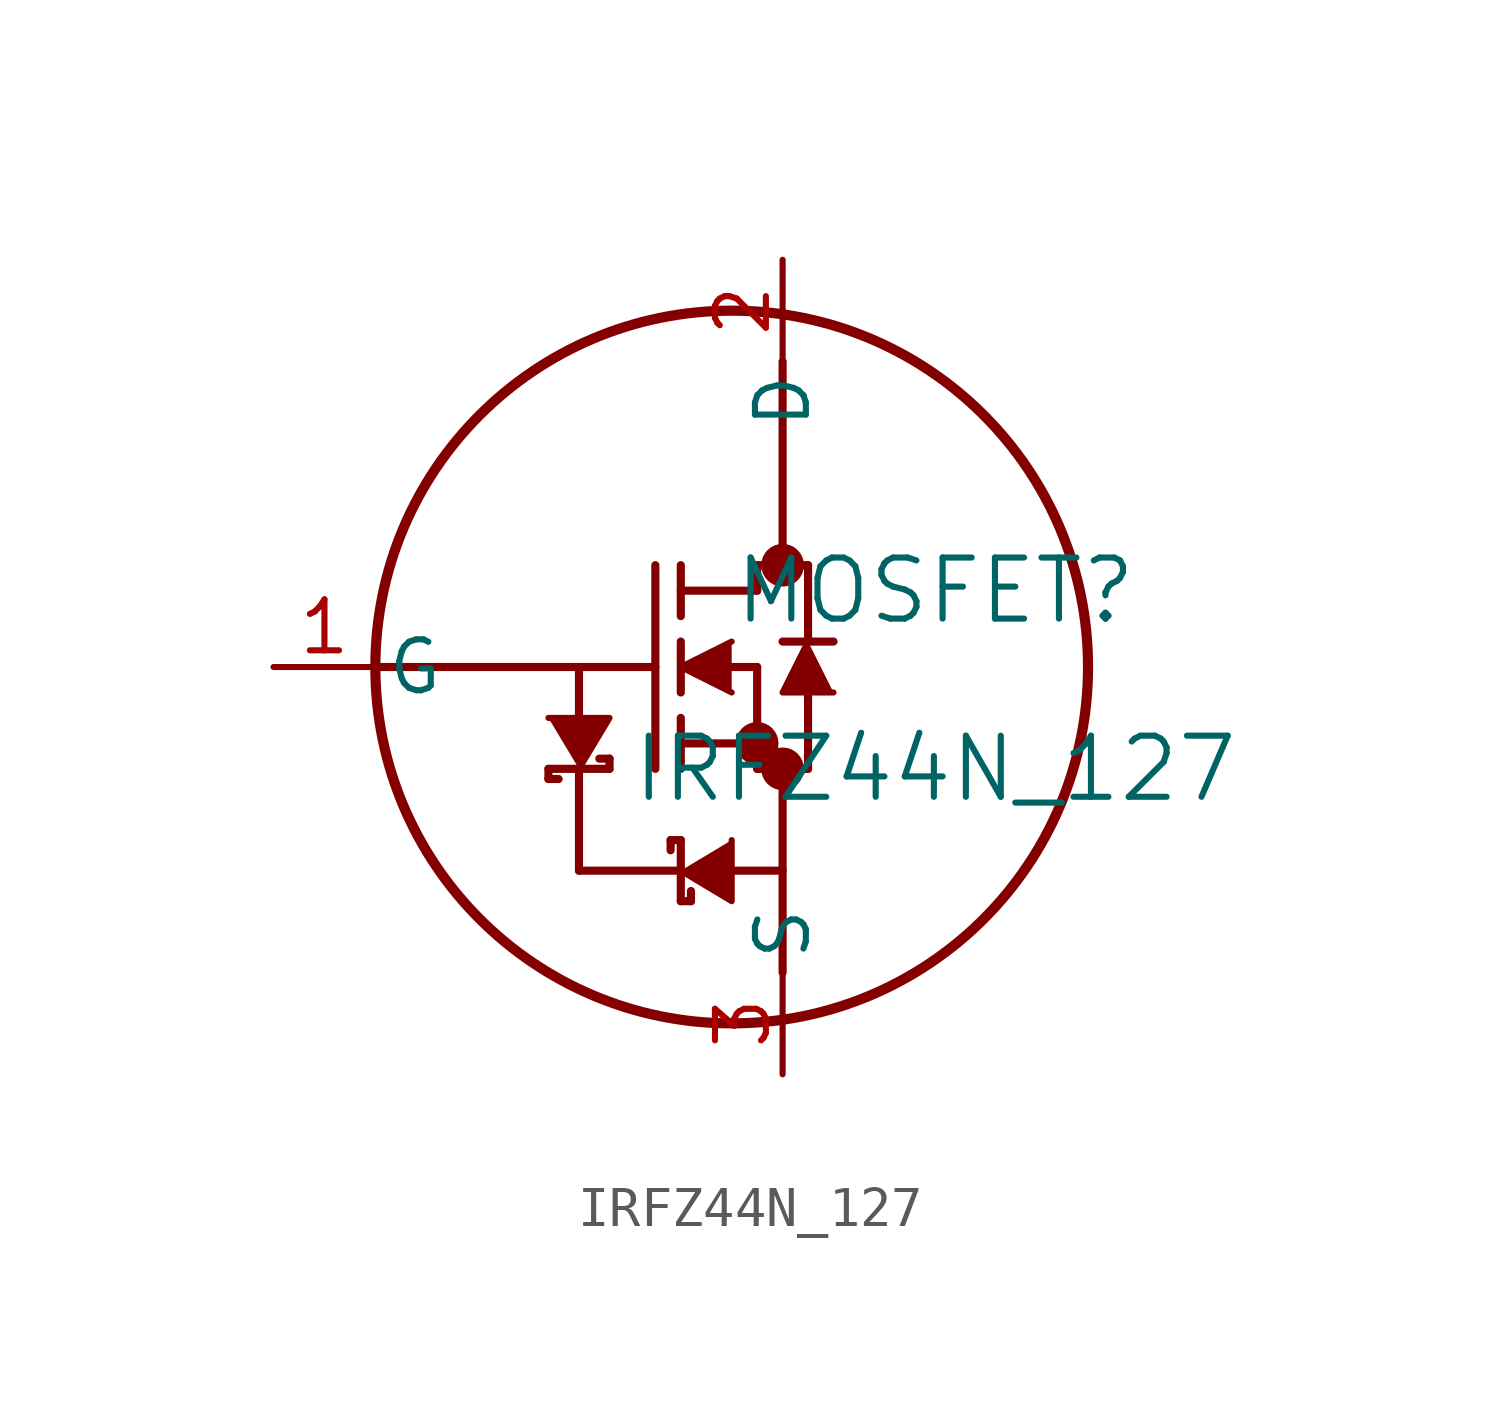
<source format=kicad_sym>
(kicad_symbol_lib
  (version 20211014)
  (generator kicad_symbol_editor)
  (symbol "IRFZ44N_127"
    (pin_names
      (offset 0.254))
    (property "Reference" "MOSFET"
      (at 16.51 1.905 0)
      (effects (font (size 1.524 1.524))))
    (property "Value" "IRFZ44N_127"
      (at 16.51 -2.54 0)
      (effects (font (size 1.524 1.524))))
    (symbol "IRFZ44N_127_0_1"
      (circle (center 12.7 2.54) (radius 0.025) (stroke (width 0.508) (type default) (color 0 0 0 0)) (fill (type none)))
      (circle (center 12.7 -2.54) (radius 0.025) (stroke (width 0.508) (type default) (color 0 0 0 0)) (fill (type none)))
      (circle (center 12.065 -1.905) (radius 0.025) (stroke (width 0.508) (type default) (color 0 0 0 0)) (fill (type none)))
      (circle (center 11.43 0) (radius 8.89) (stroke (width 0.254) (type default) (color 0 0 0 0)) (fill (type none)))
      (polyline (pts (xy 2.54 0) (xy 9.525 0)) (stroke (width 0.203) (type default) (color 0 0 0 0)) (fill (type none)))
      (polyline (pts (xy 9.525 -2.54) (xy 9.525 2.54)) (stroke (width 0.203) (type default) (color 0 0 0 0)) (fill (type none)))
      (polyline (pts (xy 10.16 -0.635) (xy 10.16 0.635)) (stroke (width 0.203) (type default) (color 0 0 0 0)) (fill (type none)))
      (polyline (pts (xy 10.16 -2.54) (xy 10.16 -1.27)) (stroke (width 0.203) (type default) (color 0 0 0 0)) (fill (type none)))
      (polyline (pts (xy 10.16 1.27) (xy 10.16 2.54)) (stroke (width 0.203) (type default) (color 0 0 0 0)) (fill (type none)))
      (polyline (pts (xy 11.43 0) (xy 12.065 0)) (stroke (width 0.203) (type default) (color 0 0 0 0)) (fill (type none)))
      (polyline (pts (xy 10.16 -1.905) (xy 12.065 -1.905)) (stroke (width 0.203) (type default) (color 0 0 0 0)) (fill (type none)))
      (polyline (pts (xy 12.7 -7.62) (xy 12.7 -2.54)) (stroke (width 0.203) (type default) (color 0 0 0 0)) (fill (type none)))
      (polyline (pts (xy 12.065 -2.54) (xy 13.335 -2.54)) (stroke (width 0.203) (type default) (color 0 0 0 0)) (fill (type none)))
      (polyline (pts (xy 10.16 1.905) (xy 12.065 1.905)) (stroke (width 0.203) (type default) (color 0 0 0 0)) (fill (type none)))
      (polyline (pts (xy 13.335 0.635) (xy 13.335 2.54)) (stroke (width 0.203) (type default) (color 0 0 0 0)) (fill (type none)))
      (polyline (pts (xy 13.335 -2.54) (xy 13.335 -0.635)) (stroke (width 0.203) (type default) (color 0 0 0 0)) (fill (type none)))
      (polyline (pts (xy 13.97 0.635) (xy 12.7 0.635)) (stroke (width 0.203) (type default) (color 0 0 0 0)) (fill (type none)))
      (polyline (pts (xy 12.065 2.54) (xy 13.335 2.54)) (stroke (width 0.203) (type default) (color 0 0 0 0)) (fill (type none)))
      (polyline (pts (xy 12.065 1.905) (xy 12.065 2.54)) (stroke (width 0.203) (type default) (color 0 0 0 0)) (fill (type none)))
      (polyline (pts (xy 11.43 0.635) (xy 10.16 0) (xy 11.43 -0.635)) (stroke (width 0) (type default) (color 0 0 0 0)) (fill (type outline)))
      (polyline (pts (xy 13.97 -0.635) (xy 12.7 -0.635) (xy 13.335 0.635)) (stroke (width 0) (type default) (color 0 0 0 0)) (fill (type outline)))
      (polyline (pts (xy 12.065 -2.54) (xy 12.065 0)) (stroke (width 0.203) (type default) (color 0 0 0 0)) (fill (type none)))
      (polyline (pts (xy 12.7 2.54) (xy 12.7 7.62)) (stroke (width 0.203) (type default) (color 0 0 0 0)) (fill (type none)))
      (polyline (pts (xy 7.62 0) (xy 7.62 -1.27)) (stroke (width 0.203) (type default) (color 0 0 0 0)) (fill (type none)))
      (polyline (pts (xy 11.43 -5.08) (xy 12.7 -5.08)) (stroke (width 0.203) (type default) (color 0 0 0 0)) (fill (type none)))
      (polyline (pts (xy 10.16 -4.318) (xy 10.16 -5.842)) (stroke (width 0.203) (type default) (color 0 0 0 0)) (fill (type none)))
      (polyline (pts (xy 11.43 -4.318) (xy 11.43 -5.842) (xy 10.16 -5.08)) (stroke (width 0) (type default) (color 0 0 0 0)) (fill (type outline)))
      (polyline (pts (xy 10.16 -4.318) (xy 9.906 -4.318)) (stroke (width 0.203) (type default) (color 0 0 0 0)) (fill (type none)))
      (polyline (pts (xy 9.906 -4.318) (xy 9.906 -4.572)) (stroke (width 0.203) (type default) (color 0 0 0 0)) (fill (type none)))
      (polyline (pts (xy 10.16 -5.842) (xy 10.414 -5.842)) (stroke (width 0.203) (type default) (color 0 0 0 0)) (fill (type none)))
      (polyline (pts (xy 10.414 -5.842) (xy 10.414 -5.588)) (stroke (width 0.203) (type default) (color 0 0 0 0)) (fill (type none)))
      (polyline (pts (xy 7.62 -5.08) (xy 10.16 -5.08)) (stroke (width 0.203) (type default) (color 0 0 0 0)) (fill (type none)))
      (polyline (pts (xy 6.858 -2.54) (xy 8.382 -2.54)) (stroke (width 0.203) (type default) (color 0 0 0 0)) (fill (type none)))
      (polyline (pts (xy 6.858 -2.54) (xy 6.858 -2.794)) (stroke (width 0.203) (type default) (color 0 0 0 0)) (fill (type none)))
      (polyline (pts (xy 6.858 -2.794) (xy 7.112 -2.794)) (stroke (width 0.203) (type default) (color 0 0 0 0)) (fill (type none)))
      (polyline (pts (xy 8.382 -2.54) (xy 8.382 -2.286)) (stroke (width 0.203) (type default) (color 0 0 0 0)) (fill (type none)))
      (polyline (pts (xy 8.382 -2.286) (xy 8.128 -2.286)) (stroke (width 0.203) (type default) (color 0 0 0 0)) (fill (type none)))
      (polyline (pts (xy 6.858 -1.27) (xy 8.382 -1.27) (xy 7.62 -2.54)) (stroke (width 0) (type default) (color 0 0 0 0)) (fill (type outline)))
      (polyline (pts (xy 7.62 -2.54) (xy 7.62 -5.08)) (stroke (width 0.203) (type default) (color 0 0 0 0)) (fill (type none)))
      (pin unspecified line (at 0 0 0) (length 2.54) (name "G" (effects (font (size 1.27 1.27)))) (number "1" (effects (font (size 1.27 1.27)))))
      (pin unspecified line (at 12.7 10.16 270) (length 2.54) (name "D" (effects (font (size 1.27 1.27)))) (number "2" (effects (font (size 1.27 1.27)))))
      (pin unspecified line (at 12.7 -10.16 90) (length 2.54) (name "S" (effects (font (size 1.27 1.27)))) (number "3" (effects (font (size 1.27 1.27))))))))
</source>
